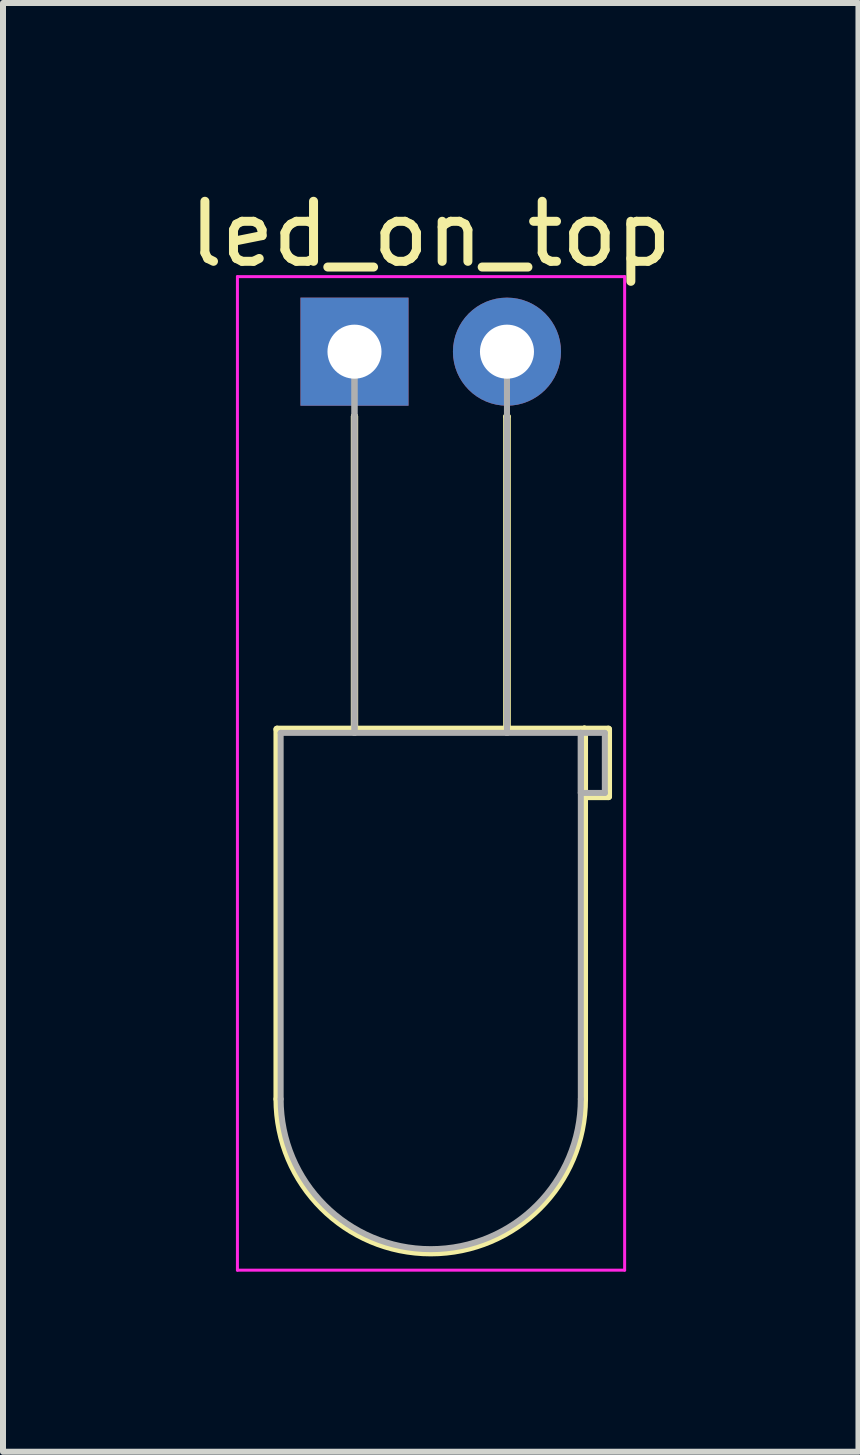
<source format=kicad_pcb>
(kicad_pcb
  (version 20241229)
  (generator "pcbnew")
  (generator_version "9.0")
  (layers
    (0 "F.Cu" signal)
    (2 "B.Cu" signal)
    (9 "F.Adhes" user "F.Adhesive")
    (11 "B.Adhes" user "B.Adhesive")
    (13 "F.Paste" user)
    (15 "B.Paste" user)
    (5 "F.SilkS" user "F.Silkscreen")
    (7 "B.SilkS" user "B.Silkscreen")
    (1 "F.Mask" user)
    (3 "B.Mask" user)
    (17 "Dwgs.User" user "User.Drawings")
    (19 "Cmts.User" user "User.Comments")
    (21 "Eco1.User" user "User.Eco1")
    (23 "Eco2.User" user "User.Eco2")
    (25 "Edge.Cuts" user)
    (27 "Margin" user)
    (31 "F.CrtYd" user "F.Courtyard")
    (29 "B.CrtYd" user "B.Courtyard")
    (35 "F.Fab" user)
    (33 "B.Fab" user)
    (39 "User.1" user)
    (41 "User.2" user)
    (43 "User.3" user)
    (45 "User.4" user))
  (footprint "led_on_top"
    (layer "F.Cu")
    (at 2.855 2.808)
    (property "Reference" "led_on_top" (at 1.27 -1.96 0) (layer "F.SilkS") (effects (font (size 1 1) (thickness 0.15))))
    (attr through_hole)
    (fp_line (start -1.29 6.29) (end -1.29 12.45) (stroke (width 0.12) (type solid)) (layer "F.SilkS"))
    (fp_line (start -1.29 6.29) (end 3.83 6.29) (stroke (width 0.12) (type solid)) (layer "F.SilkS"))
    (fp_line (start 0 1.08) (end 0 1.08) (stroke (width 0.12) (type solid)) (layer "F.SilkS"))
    (fp_line (start 0 1.08) (end 0 6.29) (stroke (width 0.12) (type solid)) (layer "F.SilkS"))
    (fp_line (start 0 6.29) (end 0 1.08) (stroke (width 0.12) (type solid)) (layer "F.SilkS"))
    (fp_line (start 0 6.29) (end 0 6.29) (stroke (width 0.12) (type solid)) (layer "F.SilkS"))
    (fp_line (start 2.54 1.08) (end 2.54 1.08) (stroke (width 0.12) (type solid)) (layer "F.SilkS"))
    (fp_line (start 2.54 1.08) (end 2.54 6.29) (stroke (width 0.12) (type solid)) (layer "F.SilkS"))
    (fp_line (start 2.54 6.29) (end 2.54 1.08) (stroke (width 0.12) (type solid)) (layer "F.SilkS"))
    (fp_line (start 2.54 6.29) (end 2.54 6.29) (stroke (width 0.12) (type solid)) (layer "F.SilkS"))
    (fp_line (start 3.83 6.29) (end 3.83 12.45) (stroke (width 0.12) (type solid)) (layer "F.SilkS"))
    (fp_line (start 3.83 6.29) (end 4.23 6.29) (stroke (width 0.12) (type solid)) (layer "F.SilkS"))
    (fp_line (start 3.83 7.41) (end 3.83 6.29) (stroke (width 0.12) (type solid)) (layer "F.SilkS"))
    (fp_line (start 4.23 6.29) (end 4.23 7.41) (stroke (width 0.12) (type solid)) (layer "F.SilkS"))
    (fp_line (start 4.23 7.41) (end 3.83 7.41) (stroke (width 0.12) (type solid)) (layer "F.SilkS"))
    (fp_arc (start 3.83 12.45) (mid 1.27 15.01) (end -1.29 12.45) (stroke (width 0.12) (type solid)) (layer "F.SilkS"))
    (fp_line (start -1.95 -1.25) (end -1.95 15.3) (stroke (width 0.05) (type solid)) (layer "F.CrtYd"))
    (fp_line (start -1.95 15.3) (end 4.5 15.3) (stroke (width 0.05) (type solid)) (layer "F.CrtYd"))
    (fp_line (start 4.5 -1.25) (end -1.95 -1.25) (stroke (width 0.05) (type solid)) (layer "F.CrtYd"))
    (fp_line (start 4.5 15.3) (end 4.5 -1.25) (stroke (width 0.05) (type solid)) (layer "F.CrtYd"))
    (fp_line (start -1.23 6.35) (end -1.23 12.45) (stroke (width 0.1) (type solid)) (layer "F.Fab"))
    (fp_line (start -1.23 6.35) (end 3.77 6.35) (stroke (width 0.1) (type solid)) (layer "F.Fab"))
    (fp_line (start 0 0) (end 0 0) (stroke (width 0.1) (type solid)) (layer "F.Fab"))
    (fp_line (start 0 0) (end 0 6.35) (stroke (width 0.1) (type solid)) (layer "F.Fab"))
    (fp_line (start 0 6.35) (end 0 0) (stroke (width 0.1) (type solid)) (layer "F.Fab"))
    (fp_line (start 0 6.35) (end 0 6.35) (stroke (width 0.1) (type solid)) (layer "F.Fab"))
    (fp_line (start 2.54 0) (end 2.54 0) (stroke (width 0.1) (type solid)) (layer "F.Fab"))
    (fp_line (start 2.54 0) (end 2.54 6.35) (stroke (width 0.1) (type solid)) (layer "F.Fab"))
    (fp_line (start 2.54 6.35) (end 2.54 0) (stroke (width 0.1) (type solid)) (layer "F.Fab"))
    (fp_line (start 2.54 6.35) (end 2.54 6.35) (stroke (width 0.1) (type solid)) (layer "F.Fab"))
    (fp_line (start 3.77 6.35) (end 3.77 12.45) (stroke (width 0.1) (type solid)) (layer "F.Fab"))
    (fp_line (start 3.77 6.35) (end 4.17 6.35) (stroke (width 0.1) (type solid)) (layer "F.Fab"))
    (fp_line (start 3.77 7.35) (end 3.77 6.35) (stroke (width 0.1) (type solid)) (layer "F.Fab"))
    (fp_line (start 4.17 6.35) (end 4.17 7.35) (stroke (width 0.1) (type solid)) (layer "F.Fab"))
    (fp_line (start 4.17 7.35) (end 3.77 7.35) (stroke (width 0.1) (type solid)) (layer "F.Fab"))
    (fp_arc (start 3.77 12.45) (mid 1.27 14.95) (end -1.23 12.45) (stroke (width 0.1) (type solid)) (layer "F.Fab"))
    (pad "1" thru_hole rect (at 0 0) (size 1.8 1.8) (drill 0.9) (layers "*.Cu" "*.Mask"))
    (pad "2" thru_hole circle (at 2.54 0) (size 1.8 1.8) (drill 0.9) (layers "*.Cu" "*.Mask")))
  (gr_rect
    (start -3 -3)
    (end 11.25 21.133)
    (stroke (width 0.1) (type default))
    (fill no)
    (layer "Edge.Cuts")))
</source>
